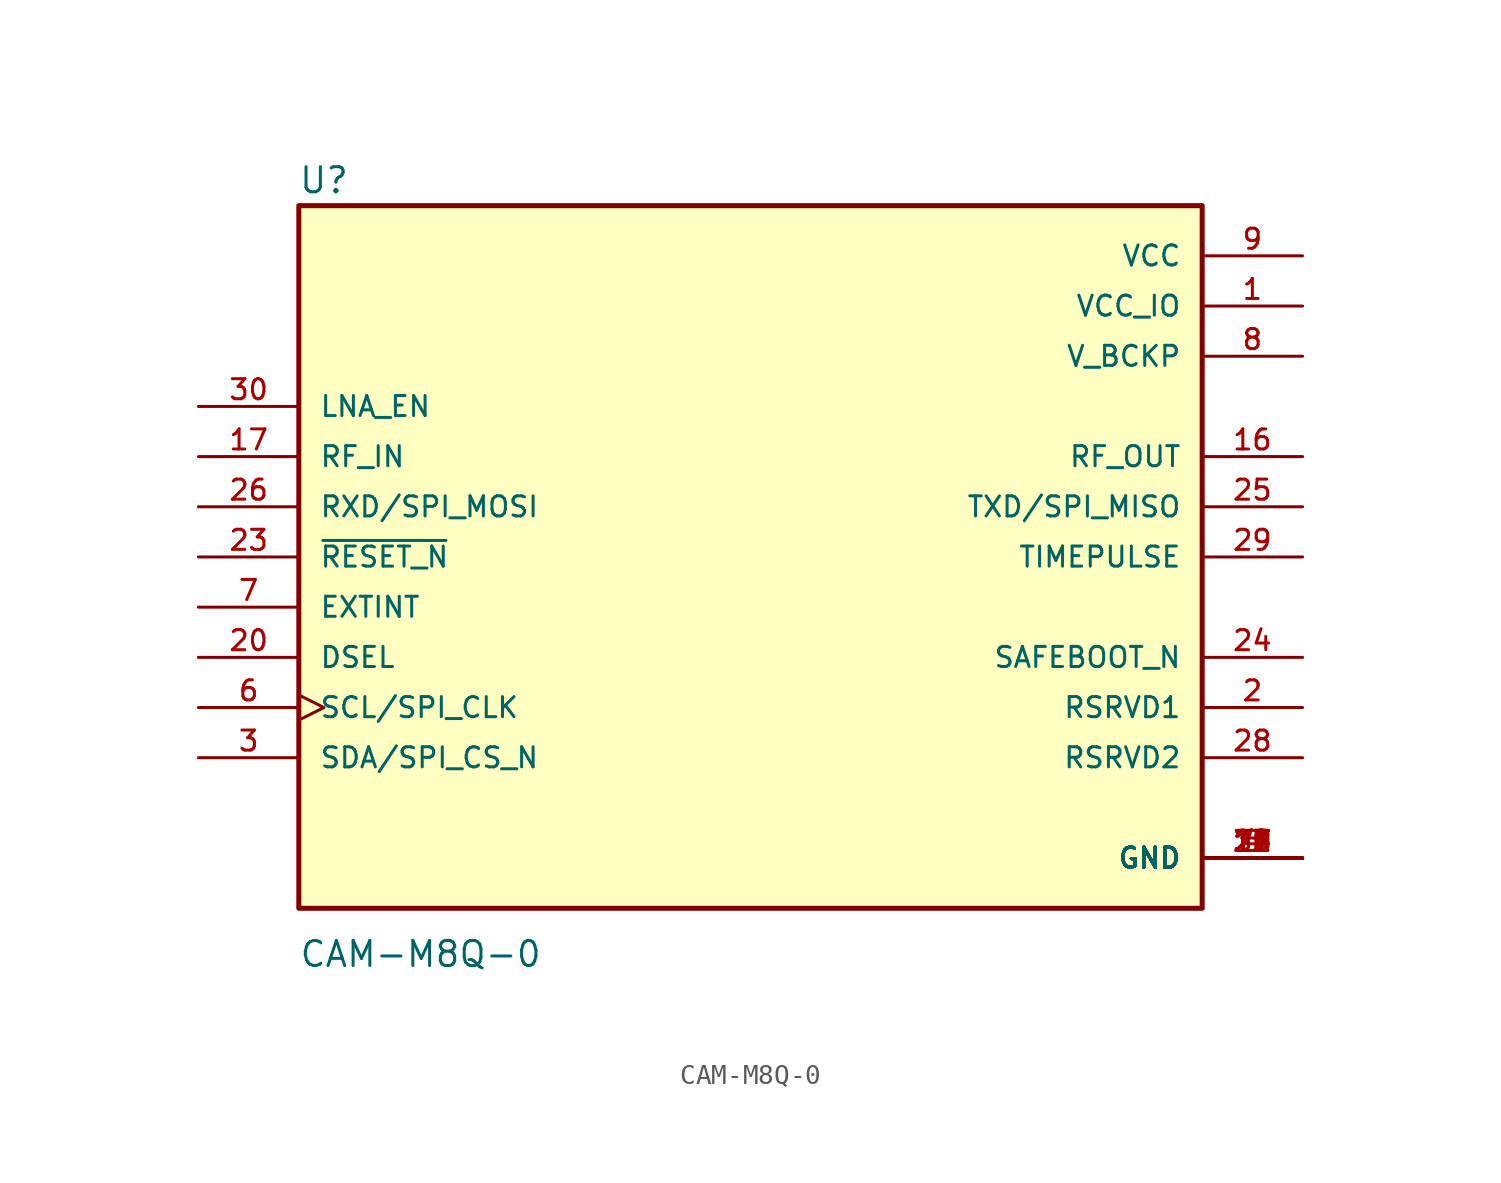
<source format=kicad_sym>
(kicad_symbol_lib
  (version 20231120)
  (generator "kicad_symbol_editor")
  (generator_version "8.0")
  (symbol "CAM-M8Q-0"
    (pin_names
      (offset 1.016))
    (property "Reference" "U"
      (at -22.898 18.319 0)
      (effects (font (size 1.27 1.27)) (justify left bottom)))
    (property "Value" "CAM-M8Q-0"
      (at -22.874 -20.841 0)
      (effects (font (size 1.27 1.27)) (justify left bottom)))
    (symbol "CAM-M8Q-0_0_0"
      (rectangle (start -22.86 -17.78) (end 22.86 17.78) (stroke (width 0.254) (type default)) (fill (type background)))
      (pin power_in line (at 27.94 12.7 180) (length 5.08) (name "VCC_IO" (effects (font (size 1.016 1.016)))) (number "1" (effects (font (size 1.016 1.016)))))
      (pin power_in line (at 27.94 -15.24 180) (length 5.08) (name "GND" (effects (font (size 1.016 1.016)))) (number "10" (effects (font (size 1.016 1.016)))))
      (pin power_in line (at 27.94 -15.24 180) (length 5.08) (name "GND" (effects (font (size 1.016 1.016)))) (number "11" (effects (font (size 1.016 1.016)))))
      (pin power_in line (at 27.94 -15.24 180) (length 5.08) (name "GND" (effects (font (size 1.016 1.016)))) (number "12" (effects (font (size 1.016 1.016)))))
      (pin power_in line (at 27.94 -15.24 180) (length 5.08) (name "GND" (effects (font (size 1.016 1.016)))) (number "13" (effects (font (size 1.016 1.016)))))
      (pin power_in line (at 27.94 -15.24 180) (length 5.08) (name "GND" (effects (font (size 1.016 1.016)))) (number "14" (effects (font (size 1.016 1.016)))))
      (pin power_in line (at 27.94 -15.24 180) (length 5.08) (name "GND" (effects (font (size 1.016 1.016)))) (number "15" (effects (font (size 1.016 1.016)))))
      (pin output line (at 27.94 5.08 180) (length 5.08) (name "RF_OUT" (effects (font (size 1.016 1.016)))) (number "16" (effects (font (size 1.016 1.016)))))
      (pin input line (at -27.94 5.08 0) (length 5.08) (name "RF_IN" (effects (font (size 1.016 1.016)))) (number "17" (effects (font (size 1.016 1.016)))))
      (pin power_in line (at 27.94 -15.24 180) (length 5.08) (name "GND" (effects (font (size 1.016 1.016)))) (number "18" (effects (font (size 1.016 1.016)))))
      (pin power_in line (at 27.94 -15.24 180) (length 5.08) (name "GND" (effects (font (size 1.016 1.016)))) (number "19" (effects (font (size 1.016 1.016)))))
      (pin passive line (at 27.94 -7.62 180) (length 5.08) (name "RSRVD1" (effects (font (size 1.016 1.016)))) (number "2" (effects (font (size 1.016 1.016)))))
      (pin input line (at -27.94 -5.08 0) (length 5.08) (name "DSEL" (effects (font (size 1.016 1.016)))) (number "20" (effects (font (size 1.016 1.016)))))
      (pin power_in line (at 27.94 -15.24 180) (length 5.08) (name "GND" (effects (font (size 1.016 1.016)))) (number "21" (effects (font (size 1.016 1.016)))))
      (pin power_in line (at 27.94 -15.24 180) (length 5.08) (name "GND" (effects (font (size 1.016 1.016)))) (number "22" (effects (font (size 1.016 1.016)))))
      (pin input line (at -27.94 0 0) (length 5.08) (name "~{RESET_N}" (effects (font (size 1.016 1.016)))) (number "23" (effects (font (size 1.016 1.016)))))
      (pin passive line (at 27.94 -5.08 180) (length 5.08) (name "SAFEBOOT_N" (effects (font (size 1.016 1.016)))) (number "24" (effects (font (size 1.016 1.016)))))
      (pin output line (at 27.94 2.54 180) (length 5.08) (name "TXD/SPI_MISO" (effects (font (size 1.016 1.016)))) (number "25" (effects (font (size 1.016 1.016)))))
      (pin input line (at -27.94 2.54 0) (length 5.08) (name "RXD/SPI_MOSI" (effects (font (size 1.016 1.016)))) (number "26" (effects (font (size 1.016 1.016)))))
      (pin power_in line (at 27.94 -15.24 180) (length 5.08) (name "GND" (effects (font (size 1.016 1.016)))) (number "27" (effects (font (size 1.016 1.016)))))
      (pin passive line (at 27.94 -10.16 180) (length 5.08) (name "RSRVD2" (effects (font (size 1.016 1.016)))) (number "28" (effects (font (size 1.016 1.016)))))
      (pin output line (at 27.94 0 180) (length 5.08) (name "TIMEPULSE" (effects (font (size 1.016 1.016)))) (number "29" (effects (font (size 1.016 1.016)))))
      (pin bidirectional line (at -27.94 -10.16 0) (length 5.08) (name "SDA/SPI_CS_N" (effects (font (size 1.016 1.016)))) (number "3" (effects (font (size 1.016 1.016)))))
      (pin input line (at -27.94 7.62 0) (length 5.08) (name "LNA_EN" (effects (font (size 1.016 1.016)))) (number "30" (effects (font (size 1.016 1.016)))))
      (pin power_in line (at 27.94 -15.24 180) (length 5.08) (name "GND" (effects (font (size 1.016 1.016)))) (number "31" (effects (font (size 1.016 1.016)))))
      (pin power_in line (at 27.94 -15.24 180) (length 5.08) (name "GND" (effects (font (size 1.016 1.016)))) (number "4" (effects (font (size 1.016 1.016)))))
      (pin power_in line (at 27.94 -15.24 180) (length 5.08) (name "GND" (effects (font (size 1.016 1.016)))) (number "5" (effects (font (size 1.016 1.016)))))
      (pin input clock (at -27.94 -7.62 0) (length 5.08) (name "SCL/SPI_CLK" (effects (font (size 1.016 1.016)))) (number "6" (effects (font (size 1.016 1.016)))))
      (pin input line (at -27.94 -2.54 0) (length 5.08) (name "EXTINT" (effects (font (size 1.016 1.016)))) (number "7" (effects (font (size 1.016 1.016)))))
      (pin power_in line (at 27.94 10.16 180) (length 5.08) (name "V_BCKP" (effects (font (size 1.016 1.016)))) (number "8" (effects (font (size 1.016 1.016)))))
      (pin power_in line (at 27.94 15.24 180) (length 5.08) (name "VCC" (effects (font (size 1.016 1.016)))) (number "9" (effects (font (size 1.016 1.016))))))))
</source>
